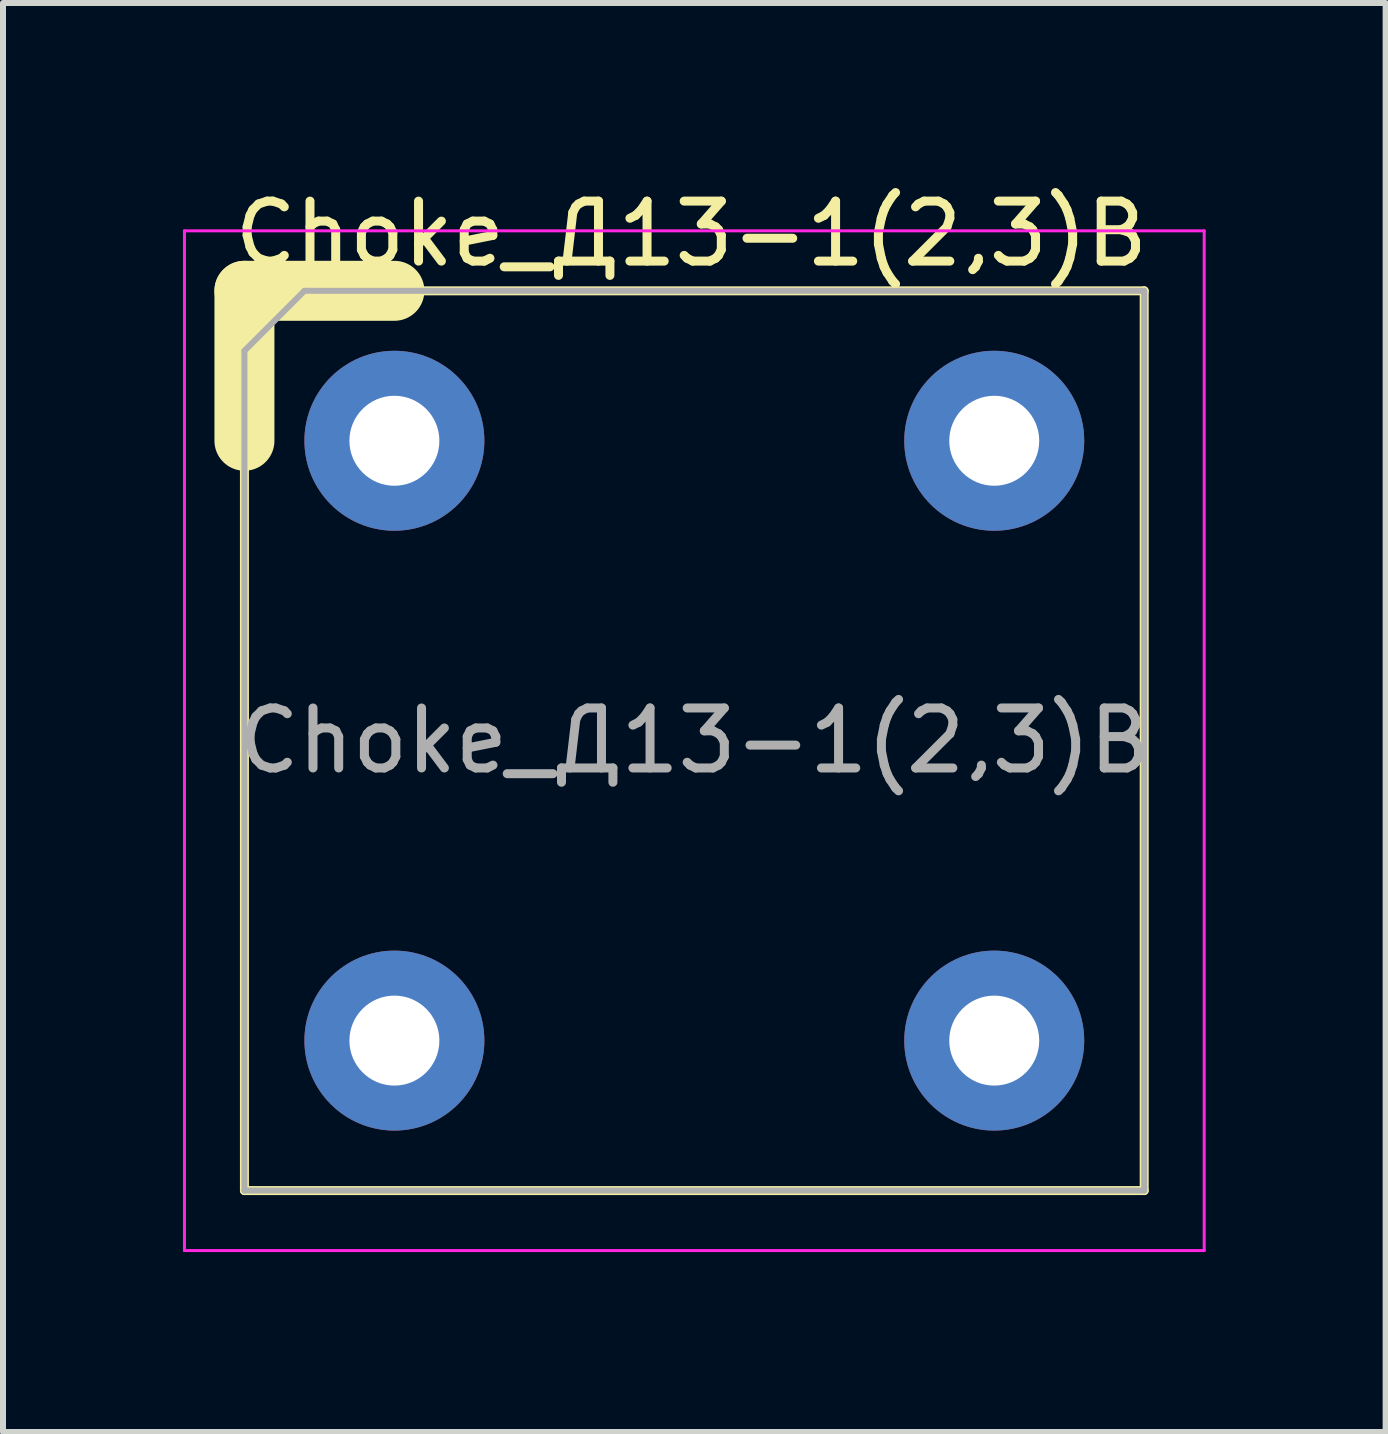
<source format=kicad_pcb>
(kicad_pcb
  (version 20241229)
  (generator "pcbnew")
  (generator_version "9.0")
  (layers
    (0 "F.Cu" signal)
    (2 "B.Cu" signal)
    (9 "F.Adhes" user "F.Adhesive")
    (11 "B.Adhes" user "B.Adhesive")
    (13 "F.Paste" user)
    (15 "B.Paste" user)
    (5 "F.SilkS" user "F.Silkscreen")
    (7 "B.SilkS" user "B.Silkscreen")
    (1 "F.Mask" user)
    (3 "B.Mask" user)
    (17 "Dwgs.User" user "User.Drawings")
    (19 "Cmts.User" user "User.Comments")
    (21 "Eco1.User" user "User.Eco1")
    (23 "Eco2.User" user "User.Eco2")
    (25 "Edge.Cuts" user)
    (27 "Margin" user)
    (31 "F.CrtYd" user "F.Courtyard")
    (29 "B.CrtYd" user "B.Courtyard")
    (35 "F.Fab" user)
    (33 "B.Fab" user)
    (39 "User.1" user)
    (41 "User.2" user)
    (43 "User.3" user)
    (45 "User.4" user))
  (footprint "Choke_Д13-1(2,3)В"
    (layer "F.Cu")
    (at 3.525 4.298)
    (property "Reference" "Choke_Д13-1(2,3)В" (at 4.95 -3.45 0) (layer "F.SilkS") (effects (font (size 1 1) (thickness 0.15))))
    (attr through_hole)
    (fp_line (start -2.5 -2.5) (end -2.5 0) (stroke (width 1) (type solid)) (layer "F.SilkS"))
    (fp_line (start -2.5 -2.5) (end 0 -2.5) (stroke (width 1) (type solid)) (layer "F.SilkS"))
    (fp_line (start -2.5 -2.5) (end 12.5 -2.5) (stroke (width 0.15) (type solid)) (layer "F.SilkS"))
    (fp_line (start -2.5 12.5) (end -2.5 -2.5) (stroke (width 0.15) (type solid)) (layer "F.SilkS"))
    (fp_line (start 12.5 -2.5) (end 12.5 12.5) (stroke (width 0.15) (type solid)) (layer "F.SilkS"))
    (fp_line (start 12.5 12.5) (end -2.5 12.5) (stroke (width 0.15) (type solid)) (layer "F.SilkS"))
    (fp_line (start -3.5 -3.5) (end -3.5 13.5) (stroke (width 0.05) (type solid)) (layer "F.CrtYd"))
    (fp_line (start -3.5 -3.5) (end 13.5 -3.5) (stroke (width 0.05) (type solid)) (layer "F.CrtYd"))
    (fp_line (start -3.5 13.5) (end 13.5 13.5) (stroke (width 0.05) (type solid)) (layer "F.CrtYd"))
    (fp_line (start 13.5 13.5) (end 13.5 -3.5) (stroke (width 0.05) (type solid)) (layer "F.CrtYd"))
    (fp_line (start -2.5 -1.5) (end -1.5 -2.5) (stroke (width 0.1) (type solid)) (layer "F.Fab"))
    (fp_line (start -2.5 12.5) (end -2.5 -1.5) (stroke (width 0.1) (type solid)) (layer "F.Fab"))
    (fp_line (start -1.5 -2.5) (end 12.5 -2.5) (stroke (width 0.1) (type solid)) (layer "F.Fab"))
    (fp_line (start 12.5 -2.5) (end 12.5 12.5) (stroke (width 0.1) (type solid)) (layer "F.Fab"))
    (fp_line (start 12.5 12.5) (end -2.5 12.5) (stroke (width 0.1) (type solid)) (layer "F.Fab"))
    (fp_text user "${REFERENCE}" (at 5 5 0) (layer "F.Fab") (effects (font (size 1 1) (thickness 0.15))))
    (pad "1" thru_hole circle (at 0 0) (size 3 3) (drill 1.5) (layers "*.Cu" "*.Mask"))
    (pad "2" thru_hole circle (at 10 0) (size 3 3) (drill 1.5) (layers "*.Cu" "*.Mask"))
    (pad "3" thru_hole circle (at 10 10) (size 3 3) (drill 1.5) (layers "*.Cu" "*.Mask"))
    (pad "4" thru_hole circle (at 0 10) (size 3 3) (drill 1.5) (layers "*.Cu" "*.Mask")))
  (gr_rect
    (start -3 -3)
    (end 20.05 20.823)
    (stroke (width 0.1) (type default))
    (fill no)
    (layer "Edge.Cuts")))
</source>
